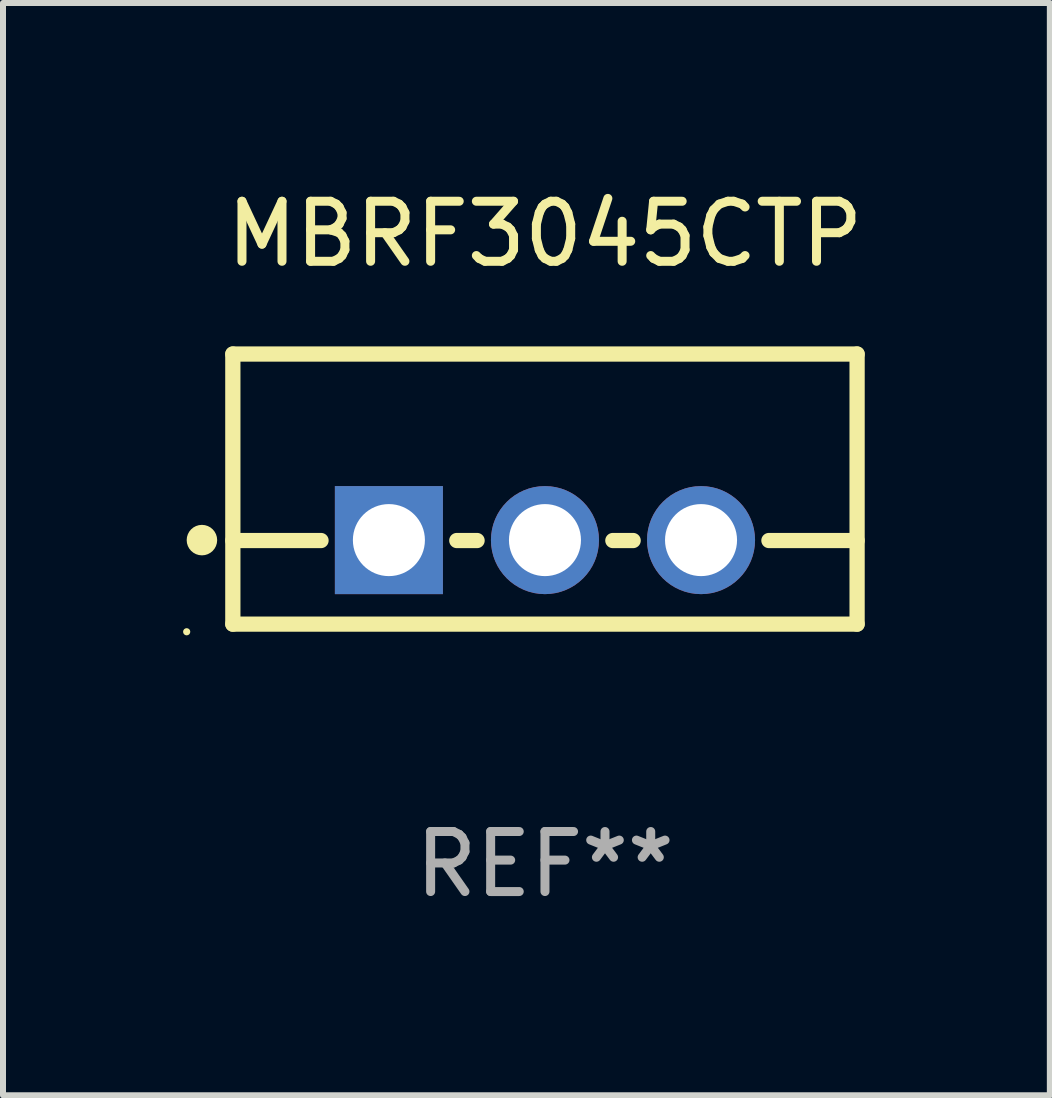
<source format=kicad_pcb>
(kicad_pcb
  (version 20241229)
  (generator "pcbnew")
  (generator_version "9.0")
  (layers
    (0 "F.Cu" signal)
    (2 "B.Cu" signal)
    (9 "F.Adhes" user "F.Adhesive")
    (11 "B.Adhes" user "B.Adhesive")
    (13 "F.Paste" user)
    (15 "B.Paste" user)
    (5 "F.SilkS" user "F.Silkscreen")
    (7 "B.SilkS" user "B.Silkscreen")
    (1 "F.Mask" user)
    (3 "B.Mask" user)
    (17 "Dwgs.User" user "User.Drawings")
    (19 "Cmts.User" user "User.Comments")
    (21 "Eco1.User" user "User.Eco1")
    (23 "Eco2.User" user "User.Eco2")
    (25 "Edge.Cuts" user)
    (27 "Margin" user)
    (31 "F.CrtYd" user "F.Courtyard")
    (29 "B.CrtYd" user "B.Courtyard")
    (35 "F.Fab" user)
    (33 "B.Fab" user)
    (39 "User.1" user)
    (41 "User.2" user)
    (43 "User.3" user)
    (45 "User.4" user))
  (footprint "MBRF3045CTP"
    (layer "F.Cu")
    (at 6.029 5.098)
    (property "Reference" "MBRF3045CTP" (at 0 -4.25 0) (layer "F.SilkS") (effects (font (size 1 1) (thickness 0.15))))
    (attr through_hole)
    (fp_line (start -5.2 -2.25) (end -5.2 2.25) (stroke (width 0.254) (type solid)) (layer "F.SilkS"))
    (fp_line (start -5.2 -2.25) (end 5.2 -2.25) (stroke (width 0.254) (type solid)) (layer "F.SilkS"))
    (fp_line (start -5.2 0.857) (end -3.731 0.857) (stroke (width 0.254) (type solid)) (layer "F.SilkS"))
    (fp_line (start -5.2 2.25) (end 5.2 2.25) (stroke (width 0.254) (type solid)) (layer "F.SilkS"))
    (fp_line (start -1.469 0.857) (end -1.131 0.857) (stroke (width 0.254) (type solid)) (layer "F.SilkS"))
    (fp_line (start 1.131 0.857) (end 1.469 0.857) (stroke (width 0.254) (type solid)) (layer "F.SilkS"))
    (fp_line (start 3.731 0.857) (end 5.2 0.857) (stroke (width 0.254) (type solid)) (layer "F.SilkS"))
    (fp_line (start 5.2 -2.25) (end 5.2 2.25) (stroke (width 0.254) (type solid)) (layer "F.SilkS"))
    (fp_circle (center -5.969 2.377) (end -5.939 2.377) (stroke (width 0.06) (type solid)) (fill no) (layer "F.SilkS"))
    (fp_circle (center -5.715 0.85) (end -5.588 0.85) (stroke (width 0.254) (type solid)) (fill no) (layer "F.SilkS"))
    (fp_text user "REF**" (at 0 6.25 0) (layer "F.Fab") (effects (font (size 1 1) (thickness 0.15))))
    (pad "1" thru_hole rect (at -2.6 0.85) (size 1.8 1.8) (drill 1.2) (layers "*.Cu" "*.Mask"))
    (pad "2" thru_hole circle (at 0 0.85) (size 1.8 1.8) (drill 1.2) (layers "*.Cu" "*.Mask"))
    (pad "3" thru_hole circle (at 2.6 0.85) (size 1.8 1.8) (drill 1.2) (layers "*.Cu" "*.Mask")))
  (gr_rect
    (start -3 -3)
    (end 14.44 15.197)
    (stroke (width 0.1) (type default))
    (fill no)
    (layer "Edge.Cuts")))
</source>
